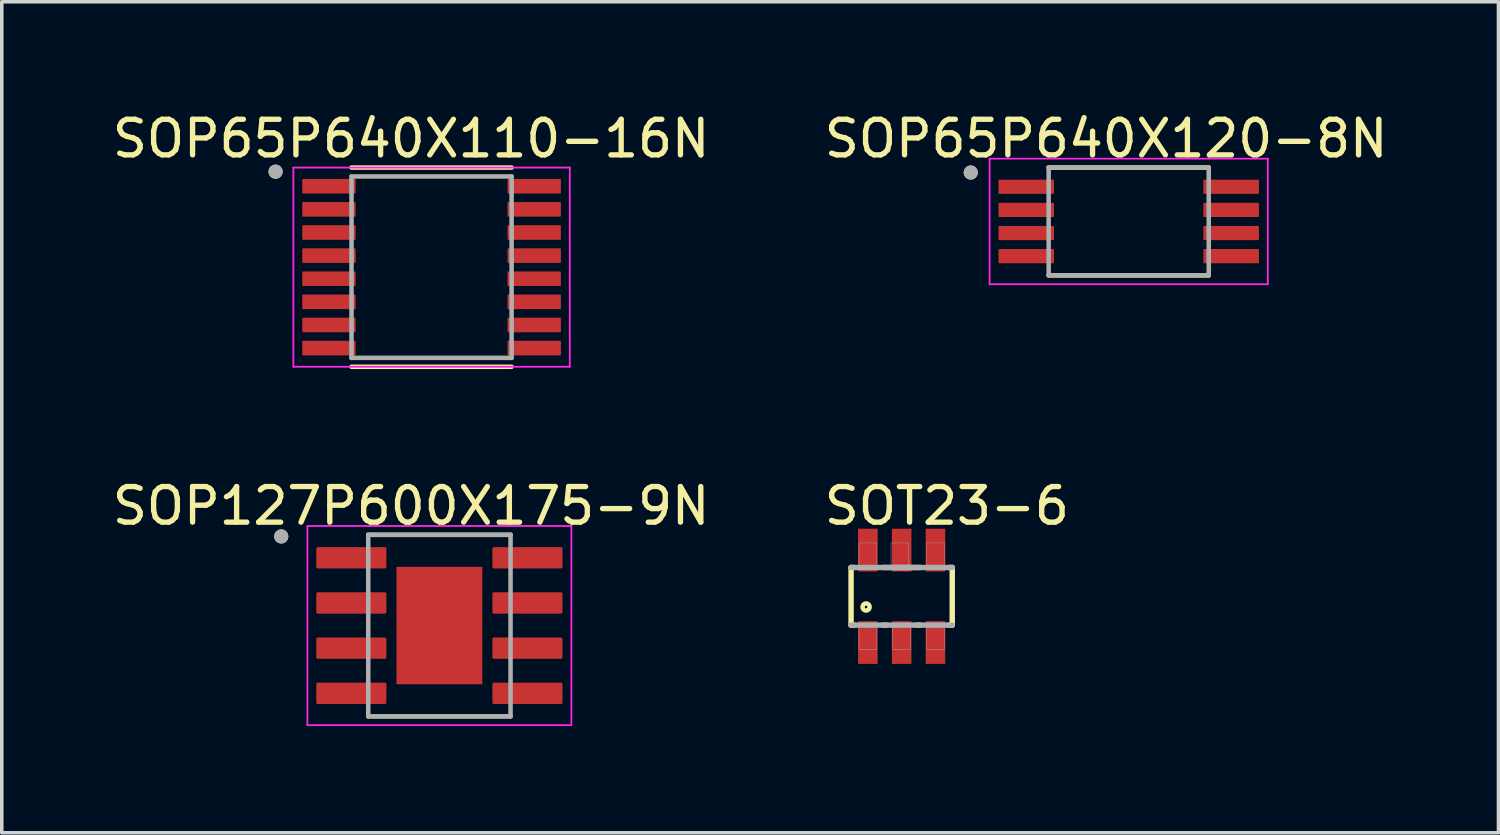
<source format=kicad_pcb>
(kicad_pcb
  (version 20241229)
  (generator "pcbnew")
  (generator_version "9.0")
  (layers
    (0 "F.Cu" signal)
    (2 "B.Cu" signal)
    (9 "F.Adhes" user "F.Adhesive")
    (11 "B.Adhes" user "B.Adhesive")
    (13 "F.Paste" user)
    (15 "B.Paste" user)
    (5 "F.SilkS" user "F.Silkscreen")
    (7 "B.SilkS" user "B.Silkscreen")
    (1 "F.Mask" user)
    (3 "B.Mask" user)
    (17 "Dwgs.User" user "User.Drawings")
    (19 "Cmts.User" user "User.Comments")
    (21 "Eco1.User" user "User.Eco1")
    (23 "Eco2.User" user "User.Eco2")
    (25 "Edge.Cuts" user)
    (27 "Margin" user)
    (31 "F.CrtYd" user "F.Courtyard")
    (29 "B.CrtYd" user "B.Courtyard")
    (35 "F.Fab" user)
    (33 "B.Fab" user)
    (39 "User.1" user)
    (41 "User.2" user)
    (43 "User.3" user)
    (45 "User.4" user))
  (footprint "SOP127P600X175-9N"
    (layer "F.Cu")
    (at 9.301 14.534)
    (property "Reference" "SOP127P600X175-9N" (at -0.795 -3.362 0) (layer "F.SilkS") (effects (font (size 1 1) (thickness 0.15))))
    (attr smd)
    (fp_line (start -2 -2.55) (end 2 -2.55) (stroke (width 0.127) (type solid)) (layer "F.SilkS"))
    (fp_line (start -2 2.55) (end 2 2.55) (stroke (width 0.127) (type solid)) (layer "F.SilkS"))
    (fp_circle (center -4.445 -2.505) (end -4.345 -2.505) (stroke (width 0.2) (type solid)) (fill no) (layer "F.SilkS"))
    (fp_poly (pts (xy -0.645 -0.82) (xy 0.645 -0.82) (xy 0.645 0.82) (xy -0.645 0.82)) (stroke (width 0.01) (type solid)) (fill yes) (layer "F.Paste"))
    (fp_line (start -3.71 -2.8) (end -3.71 2.8) (stroke (width 0.05) (type solid)) (layer "F.CrtYd"))
    (fp_line (start -3.71 -2.8) (end 3.71 -2.8) (stroke (width 0.05) (type solid)) (layer "F.CrtYd"))
    (fp_line (start -3.71 2.8) (end 3.71 2.8) (stroke (width 0.05) (type solid)) (layer "F.CrtYd"))
    (fp_line (start 3.71 -2.8) (end 3.71 2.8) (stroke (width 0.05) (type solid)) (layer "F.CrtYd"))
    (fp_line (start -2 -2.55) (end -2 2.55) (stroke (width 0.127) (type solid)) (layer "F.Fab"))
    (fp_line (start -2 -2.55) (end 2 -2.55) (stroke (width 0.127) (type solid)) (layer "F.Fab"))
    (fp_line (start -2 2.55) (end 2 2.55) (stroke (width 0.127) (type solid)) (layer "F.Fab"))
    (fp_line (start 2 -2.55) (end 2 2.55) (stroke (width 0.127) (type solid)) (layer "F.Fab"))
    (fp_circle (center -4.445 -2.505) (end -4.345 -2.505) (stroke (width 0.2) (type solid)) (fill no) (layer "F.Fab"))
    (pad "1" smd roundrect (at -2.475 -1.905) (size 1.97 0.6) (layers "F.Cu" "F.Mask" "F.Paste") (roundrect_rratio 0.07))
    (pad "2" smd roundrect (at -2.475 -0.635) (size 1.97 0.6) (layers "F.Cu" "F.Mask" "F.Paste") (roundrect_rratio 0.07))
    (pad "3" smd roundrect (at -2.475 0.635) (size 1.97 0.6) (layers "F.Cu" "F.Mask" "F.Paste") (roundrect_rratio 0.07))
    (pad "4" smd roundrect (at -2.475 1.905) (size 1.97 0.6) (layers "F.Cu" "F.Mask" "F.Paste") (roundrect_rratio 0.07))
    (pad "5" smd roundrect (at 2.475 1.905) (size 1.97 0.6) (layers "F.Cu" "F.Mask" "F.Paste") (roundrect_rratio 0.07))
    (pad "6" smd roundrect (at 2.475 0.635) (size 1.97 0.6) (layers "F.Cu" "F.Mask" "F.Paste") (roundrect_rratio 0.07))
    (pad "7" smd roundrect (at 2.475 -0.635) (size 1.97 0.6) (layers "F.Cu" "F.Mask" "F.Paste") (roundrect_rratio 0.07))
    (pad "8" smd rect (at 0 0) (size 2.413 3.302) (layers "F.Cu" "F.Mask"))
    (pad "8" smd roundrect (at 2.475 -1.905) (size 1.97 0.6) (layers "F.Cu" "F.Mask" "F.Paste") (roundrect_rratio 0.07)))
  (footprint "SOP65P640X120-8N"
    (layer "F.Cu")
    (at 28.677 3.175)
    (property "Reference" "SOP65P640X120-8N" (at -0.635 -2.327 0) (layer "F.SilkS") (effects (font (size 1 1) (thickness 0.15))))
    (attr smd)
    (fp_line (start -2.25 -1.515) (end 2.25 -1.515) (stroke (width 0.127) (type solid)) (layer "F.SilkS"))
    (fp_line (start -2.25 1.515) (end 2.25 1.515) (stroke (width 0.127) (type solid)) (layer "F.SilkS"))
    (fp_circle (center -4.44 -1.375) (end -4.34 -1.375) (stroke (width 0.2) (type solid)) (fill no) (layer "F.SilkS"))
    (fp_line (start -3.91 -1.765) (end -3.91 1.765) (stroke (width 0.05) (type solid)) (layer "F.CrtYd"))
    (fp_line (start -3.91 -1.765) (end 3.91 -1.765) (stroke (width 0.05) (type solid)) (layer "F.CrtYd"))
    (fp_line (start -3.91 1.765) (end 3.91 1.765) (stroke (width 0.05) (type solid)) (layer "F.CrtYd"))
    (fp_line (start 3.91 -1.765) (end 3.91 1.765) (stroke (width 0.05) (type solid)) (layer "F.CrtYd"))
    (fp_line (start -2.25 -1.515) (end -2.25 1.515) (stroke (width 0.127) (type solid)) (layer "F.Fab"))
    (fp_line (start -2.25 -1.515) (end 2.25 -1.515) (stroke (width 0.127) (type solid)) (layer "F.Fab"))
    (fp_line (start -2.25 1.515) (end 2.25 1.515) (stroke (width 0.127) (type solid)) (layer "F.Fab"))
    (fp_line (start 2.25 -1.515) (end 2.25 1.515) (stroke (width 0.127) (type solid)) (layer "F.Fab"))
    (fp_circle (center -4.44 -1.375) (end -4.34 -1.375) (stroke (width 0.2) (type solid)) (fill no) (layer "F.Fab"))
    (pad "1" smd roundrect (at -2.88 -0.975) (size 1.56 0.4) (layers "F.Cu" "F.Mask" "F.Paste") (roundrect_rratio 0.05))
    (pad "2" smd roundrect (at -2.88 -0.325) (size 1.56 0.4) (layers "F.Cu" "F.Mask" "F.Paste") (roundrect_rratio 0.05))
    (pad "3" smd roundrect (at -2.88 0.325) (size 1.56 0.4) (layers "F.Cu" "F.Mask" "F.Paste") (roundrect_rratio 0.05))
    (pad "4" smd roundrect (at -2.88 0.975) (size 1.56 0.4) (layers "F.Cu" "F.Mask" "F.Paste") (roundrect_rratio 0.05))
    (pad "5" smd roundrect (at 2.88 0.975) (size 1.56 0.4) (layers "F.Cu" "F.Mask" "F.Paste") (roundrect_rratio 0.05))
    (pad "6" smd roundrect (at 2.88 0.325) (size 1.56 0.4) (layers "F.Cu" "F.Mask" "F.Paste") (roundrect_rratio 0.05))
    (pad "7" smd roundrect (at 2.88 -0.325) (size 1.56 0.4) (layers "F.Cu" "F.Mask" "F.Paste") (roundrect_rratio 0.05))
    (pad "8" smd roundrect (at 2.88 -0.975) (size 1.56 0.4) (layers "F.Cu" "F.Mask" "F.Paste") (roundrect_rratio 0.05)))
  (footprint "SOT23-6"
    (layer "F.Cu")
    (at 22.295 13.712)
    (property "Reference" "SOT23-6" (at 1.27 -2.54 0) (layer "F.SilkS") (effects (font (size 1 1) (thickness 0.15))))
    (attr smd)
    (fp_line (start -1.422 -0.81) (end -1.328 -0.81) (stroke (width 0.152) (type solid)) (layer "F.SilkS"))
    (fp_line (start -1.422 0.81) (end -1.422 -0.81) (stroke (width 0.152) (type solid)) (layer "F.SilkS"))
    (fp_line (start -1.328 0.81) (end -1.422 0.81) (stroke (width 0.152) (type solid)) (layer "F.SilkS"))
    (fp_line (start -0.522 -0.81) (end 0.522 -0.81) (stroke (width 0.152) (type solid)) (layer "F.SilkS"))
    (fp_line (start -0.428 0.81) (end -0.522 0.81) (stroke (width 0.152) (type solid)) (layer "F.SilkS"))
    (fp_line (start 0.522 0.81) (end 0.428 0.81) (stroke (width 0.152) (type solid)) (layer "F.SilkS"))
    (fp_line (start 1.328 -0.81) (end 1.422 -0.81) (stroke (width 0.152) (type solid)) (layer "F.SilkS"))
    (fp_line (start 1.422 -0.81) (end 1.422 0.81) (stroke (width 0.152) (type solid)) (layer "F.SilkS"))
    (fp_line (start 1.422 0.81) (end 1.328 0.81) (stroke (width 0.152) (type solid)) (layer "F.SilkS"))
    (fp_circle (center -1 0.3) (end -0.9 0.3) (stroke (width 0.127) (type solid)) (fill no) (layer "F.SilkS"))
    (fp_line (start -1.422 -0.81) (end 1.422 -0.81) (stroke (width 0.152) (type solid)) (layer "F.Fab"))
    (fp_line (start 1.422 0.81) (end -1.422 0.81) (stroke (width 0.152) (type solid)) (layer "F.Fab"))
    (fp_poly (pts (xy -1.2 -1.5) (xy -0.7 -1.5) (xy -0.7 -0.85) (xy -1.2 -0.85)) (stroke (width 0.01) (type solid)) (fill no) (layer "F.Fab"))
    (fp_poly (pts (xy -1.2 0.85) (xy -0.7 0.85) (xy -0.7 1.5) (xy -1.2 1.5)) (stroke (width 0.01) (type solid)) (fill no) (layer "F.Fab"))
    (fp_poly (pts (xy -0.3 -1.5) (xy 0.2 -1.5) (xy 0.2 -0.85) (xy -0.3 -0.85)) (stroke (width 0.01) (type solid)) (fill no) (layer "F.Fab"))
    (fp_poly (pts (xy -0.25 0.85) (xy 0.25 0.85) (xy 0.25 1.5) (xy -0.25 1.5)) (stroke (width 0.01) (type solid)) (fill no) (layer "F.Fab"))
    (fp_poly (pts (xy 0.7 -1.5) (xy 1.2 -1.5) (xy 1.2 -0.85) (xy 0.7 -0.85)) (stroke (width 0.01) (type solid)) (fill no) (layer "F.Fab"))
    (fp_poly (pts (xy 0.7 0.85) (xy 1.2 0.85) (xy 1.2 1.5) (xy 0.7 1.5)) (stroke (width 0.01) (type solid)) (fill no) (layer "F.Fab"))
    (pad "1" smd rect (at -0.95 1.3) (size 0.55 1.2) (layers "F.Cu" "F.Mask" "F.Paste"))
    (pad "2" smd rect (at 0 1.3) (size 0.55 1.2) (layers "F.Cu" "F.Mask" "F.Paste"))
    (pad "3" smd rect (at 0.95 1.3) (size 0.55 1.2) (layers "F.Cu" "F.Mask" "F.Paste"))
    (pad "4" smd rect (at 0.95 -1.3) (size 0.55 1.2) (layers "F.Cu" "F.Mask" "F.Paste"))
    (pad "5" smd rect (at 0 -1.3) (size 0.55 1.2) (layers "F.Cu" "F.Mask" "F.Paste"))
    (pad "6" smd rect (at -0.95 -1.3) (size 0.55 1.2) (layers "F.Cu" "F.Mask" "F.Paste")))
  (footprint "SOP65P640X110-16N"
    (layer "F.Cu")
    (at 9.081 4.46)
    (property "Reference" "SOP65P640X110-16N" (at -0.575 -3.612 0) (layer "F.SilkS") (effects (font (size 1 1) (thickness 0.15))))
    (attr smd)
    (fp_line (start -2.25 -2.8) (end 2.25 -2.8) (stroke (width 0.127) (type solid)) (layer "F.SilkS"))
    (fp_line (start -2.25 2.8) (end 2.25 2.8) (stroke (width 0.127) (type solid)) (layer "F.SilkS"))
    (fp_circle (center -4.385 -2.685) (end -4.285 -2.685) (stroke (width 0.2) (type solid)) (fill no) (layer "F.SilkS"))
    (fp_line (start -3.885 -2.8) (end -3.885 2.8) (stroke (width 0.05) (type solid)) (layer "F.CrtYd"))
    (fp_line (start -3.885 -2.8) (end 3.885 -2.8) (stroke (width 0.05) (type solid)) (layer "F.CrtYd"))
    (fp_line (start -3.885 2.8) (end 3.885 2.8) (stroke (width 0.05) (type solid)) (layer "F.CrtYd"))
    (fp_line (start 3.885 -2.8) (end 3.885 2.8) (stroke (width 0.05) (type solid)) (layer "F.CrtYd"))
    (fp_line (start -2.25 -2.55) (end -2.25 2.55) (stroke (width 0.127) (type solid)) (layer "F.Fab"))
    (fp_line (start -2.25 -2.55) (end 2.25 -2.55) (stroke (width 0.127) (type solid)) (layer "F.Fab"))
    (fp_line (start -2.25 2.55) (end 2.25 2.55) (stroke (width 0.127) (type solid)) (layer "F.Fab"))
    (fp_line (start 2.25 -2.55) (end 2.25 2.55) (stroke (width 0.127) (type solid)) (layer "F.Fab"))
    (fp_circle (center -4.385 -2.685) (end -4.285 -2.685) (stroke (width 0.2) (type solid)) (fill no) (layer "F.Fab"))
    (pad "1" smd roundrect (at -2.885 -2.275) (size 1.5 0.41) (layers "F.Cu" "F.Mask" "F.Paste") (roundrect_rratio 0.05))
    (pad "2" smd roundrect (at -2.885 -1.625) (size 1.5 0.41) (layers "F.Cu" "F.Mask" "F.Paste") (roundrect_rratio 0.05))
    (pad "3" smd roundrect (at -2.885 -0.975) (size 1.5 0.41) (layers "F.Cu" "F.Mask" "F.Paste") (roundrect_rratio 0.05))
    (pad "4" smd roundrect (at -2.885 -0.325) (size 1.5 0.41) (layers "F.Cu" "F.Mask" "F.Paste") (roundrect_rratio 0.05))
    (pad "5" smd roundrect (at -2.885 0.325) (size 1.5 0.41) (layers "F.Cu" "F.Mask" "F.Paste") (roundrect_rratio 0.05))
    (pad "6" smd roundrect (at -2.885 0.975) (size 1.5 0.41) (layers "F.Cu" "F.Mask" "F.Paste") (roundrect_rratio 0.05))
    (pad "7" smd roundrect (at -2.885 1.625) (size 1.5 0.41) (layers "F.Cu" "F.Mask" "F.Paste") (roundrect_rratio 0.05))
    (pad "8" smd roundrect (at -2.885 2.275) (size 1.5 0.41) (layers "F.Cu" "F.Mask" "F.Paste") (roundrect_rratio 0.05))
    (pad "9" smd roundrect (at 2.885 2.275) (size 1.5 0.41) (layers "F.Cu" "F.Mask" "F.Paste") (roundrect_rratio 0.05))
    (pad "10" smd roundrect (at 2.885 1.625) (size 1.5 0.41) (layers "F.Cu" "F.Mask" "F.Paste") (roundrect_rratio 0.05))
    (pad "11" smd roundrect (at 2.885 0.975) (size 1.5 0.41) (layers "F.Cu" "F.Mask" "F.Paste") (roundrect_rratio 0.05))
    (pad "12" smd roundrect (at 2.885 0.325) (size 1.5 0.41) (layers "F.Cu" "F.Mask" "F.Paste") (roundrect_rratio 0.05))
    (pad "13" smd roundrect (at 2.885 -0.325) (size 1.5 0.41) (layers "F.Cu" "F.Mask" "F.Paste") (roundrect_rratio 0.05))
    (pad "14" smd roundrect (at 2.885 -0.975) (size 1.5 0.41) (layers "F.Cu" "F.Mask" "F.Paste") (roundrect_rratio 0.05))
    (pad "15" smd roundrect (at 2.885 -1.625) (size 1.5 0.41) (layers "F.Cu" "F.Mask" "F.Paste") (roundrect_rratio 0.05))
    (pad "16" smd roundrect (at 2.885 -2.275) (size 1.5 0.41) (layers "F.Cu" "F.Mask" "F.Paste") (roundrect_rratio 0.05)))
  (gr_rect
    (start -3 -3)
    (end 39.071 20.359)
    (stroke (width 0.1) (type default))
    (fill no)
    (layer "Edge.Cuts")))
</source>
